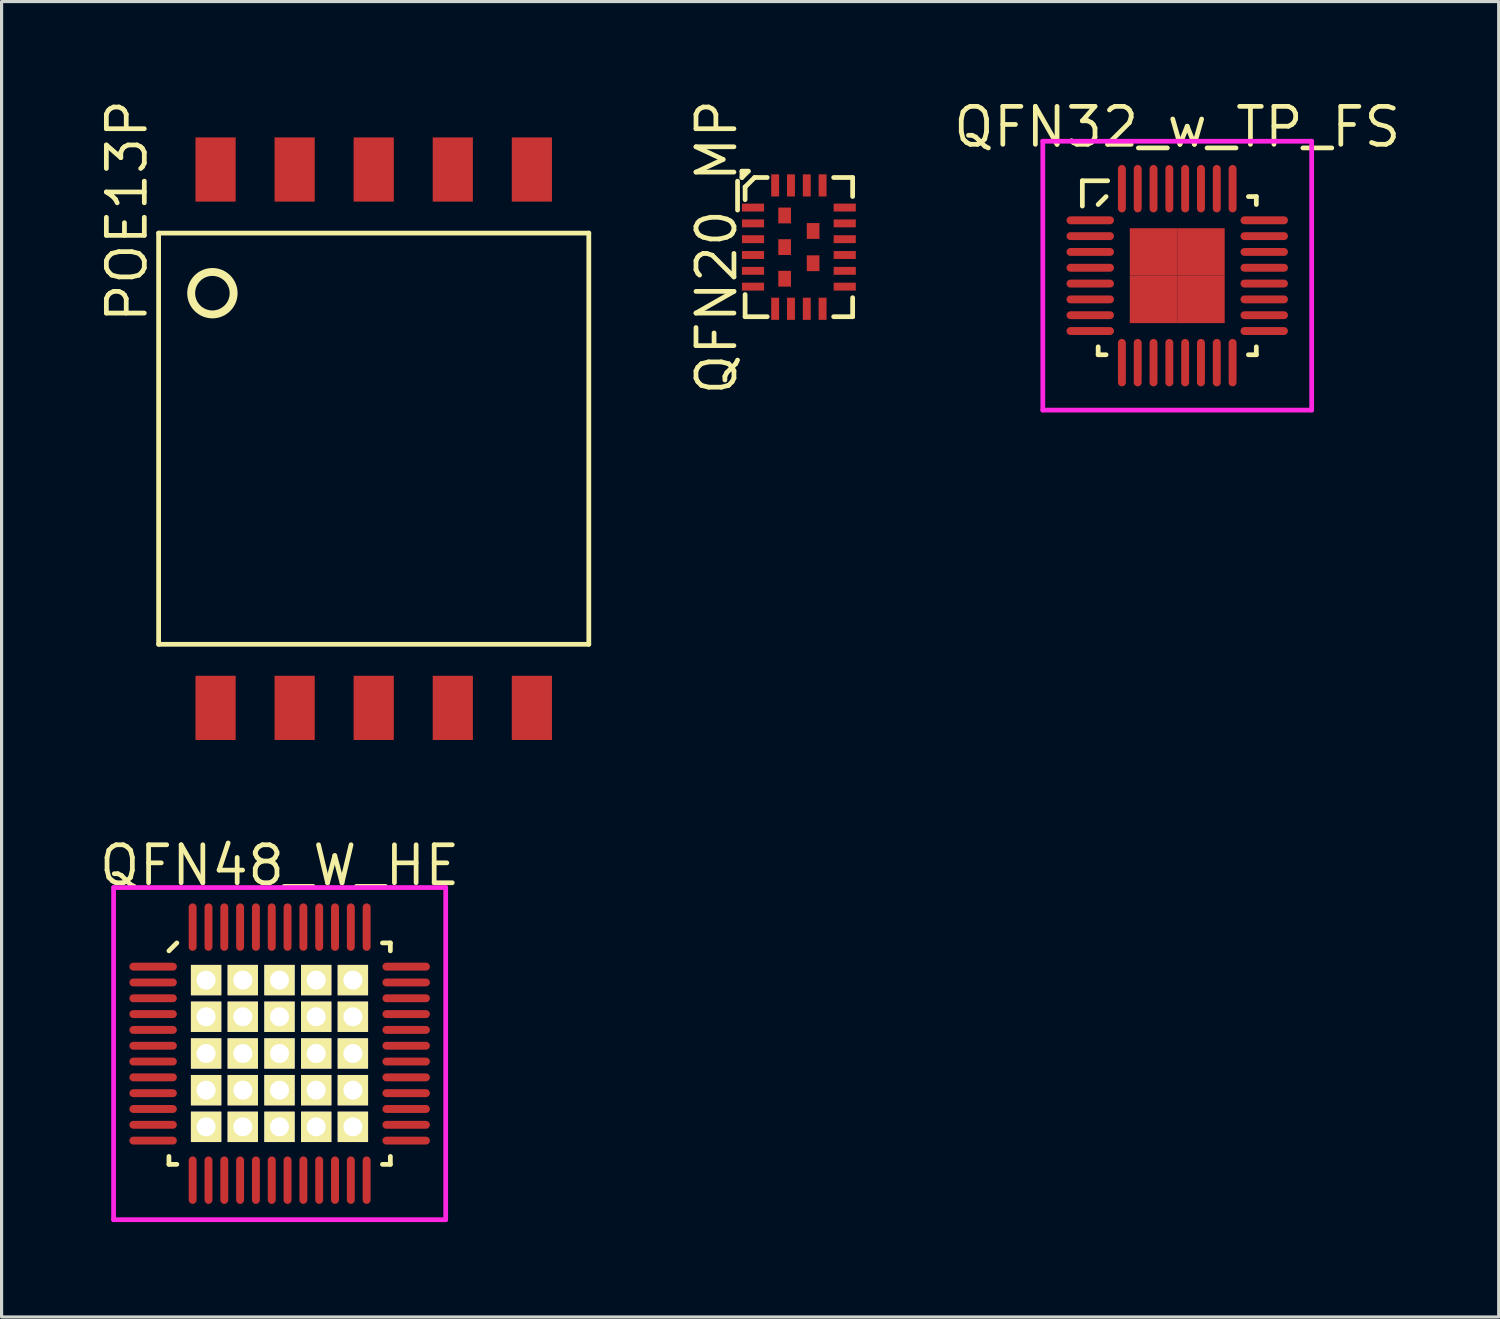
<source format=kicad_pcb>
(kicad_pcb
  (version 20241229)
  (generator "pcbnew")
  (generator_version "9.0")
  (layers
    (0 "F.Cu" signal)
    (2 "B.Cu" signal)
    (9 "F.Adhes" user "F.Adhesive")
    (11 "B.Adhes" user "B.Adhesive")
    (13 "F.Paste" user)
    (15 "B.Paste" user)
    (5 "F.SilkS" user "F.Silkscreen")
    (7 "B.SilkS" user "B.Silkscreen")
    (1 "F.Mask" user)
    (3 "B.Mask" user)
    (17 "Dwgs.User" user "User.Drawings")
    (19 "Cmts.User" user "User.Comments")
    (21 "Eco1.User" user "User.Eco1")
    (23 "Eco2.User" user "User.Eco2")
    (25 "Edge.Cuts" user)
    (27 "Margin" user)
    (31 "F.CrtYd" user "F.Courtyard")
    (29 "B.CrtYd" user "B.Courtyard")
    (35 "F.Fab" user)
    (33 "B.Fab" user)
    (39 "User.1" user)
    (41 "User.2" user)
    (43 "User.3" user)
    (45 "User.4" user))
  (footprint "QFN20_MP"
    (layer "F.Cu")
    (at 22.206 4.762)
    (property "Reference" "QFN20_MP" (at -2.6 0 90) (layer "F.SilkS") (effects (font (size 1.2 1.2) (thickness 0.15))))
    (attr through_hole)
    (fp_line (start -1.8 -2.4) (end -1.6 -2.4) (stroke (width 0.15) (type solid)) (layer "F.SilkS"))
    (fp_line (start -1.8 -2.2) (end -1.8 -2.4) (stroke (width 0.15) (type solid)) (layer "F.SilkS"))
    (fp_line (start -1.7 -1.9) (end -1.7 -1.5) (stroke (width 0.15) (type solid)) (layer "F.SilkS"))
    (fp_line (start -1.7 1.5) (end -1.7 2.2) (stroke (width 0.15) (type solid)) (layer "F.SilkS"))
    (fp_line (start -1.7 2.2) (end -1 2.2) (stroke (width 0.15) (type solid)) (layer "F.SilkS"))
    (fp_line (start -1.6 -2.4) (end -1.8 -2.2) (stroke (width 0.15) (type solid)) (layer "F.SilkS"))
    (fp_line (start -1.4 -2.2) (end -1.7 -1.9) (stroke (width 0.15) (type solid)) (layer "F.SilkS"))
    (fp_line (start -1 -2.2) (end -1.4 -2.2) (stroke (width 0.15) (type solid)) (layer "F.SilkS"))
    (fp_line (start 1.7 -2.2) (end 1.1 -2.2) (stroke (width 0.15) (type solid)) (layer "F.SilkS"))
    (fp_line (start 1.7 -1.6) (end 1.7 -2.2) (stroke (width 0.15) (type solid)) (layer "F.SilkS"))
    (fp_line (start 1.7 2.2) (end 1.1 2.2) (stroke (width 0.15) (type solid)) (layer "F.SilkS"))
    (fp_line (start 1.7 2.2) (end 1.7 1.6) (stroke (width 0.15) (type solid)) (layer "F.SilkS"))
    (pad "1" smd rect (at -1.45 -1.25 270) (size 0.25 0.7) (layers "F.Cu" "F.Mask" "F.Paste"))
    (pad "2" smd rect (at -1.45 -0.75 270) (size 0.25 0.7) (layers "F.Cu" "F.Mask" "F.Paste"))
    (pad "3" smd rect (at -1.45 -0.25 270) (size 0.25 0.7) (layers "F.Cu" "F.Mask" "F.Paste"))
    (pad "4" smd rect (at -1.45 0.25 270) (size 0.25 0.7) (layers "F.Cu" "F.Mask" "F.Paste"))
    (pad "5" smd rect (at -1.45 0.75 270) (size 0.25 0.7) (layers "F.Cu" "F.Mask" "F.Paste"))
    (pad "6" smd rect (at -1.45 1.25 270) (size 0.25 0.7) (layers "F.Cu" "F.Mask" "F.Paste"))
    (pad "7" smd rect (at -0.75 1.95 270) (size 0.7 0.25) (layers "F.Cu" "F.Mask" "F.Paste"))
    (pad "8" smd rect (at -0.25 1.95 270) (size 0.7 0.25) (layers "F.Cu" "F.Mask" "F.Paste"))
    (pad "9" smd rect (at 0.25 1.95 270) (size 0.7 0.25) (layers "F.Cu" "F.Mask" "F.Paste"))
    (pad "10" smd rect (at 0.75 1.95 270) (size 0.7 0.25) (layers "F.Cu" "F.Mask" "F.Paste"))
    (pad "11" smd rect (at 1.45 1.25 270) (size 0.25 0.7) (layers "F.Cu" "F.Mask" "F.Paste"))
    (pad "12" smd rect (at 1.45 0.75 270) (size 0.25 0.7) (layers "F.Cu" "F.Mask" "F.Paste"))
    (pad "13" smd rect (at 1.45 0.25 270) (size 0.25 0.7) (layers "F.Cu" "F.Mask" "F.Paste"))
    (pad "14" smd rect (at 1.45 -0.25 270) (size 0.25 0.7) (layers "F.Cu" "F.Mask" "F.Paste"))
    (pad "15" smd rect (at 1.45 -0.75 270) (size 0.25 0.7) (layers "F.Cu" "F.Mask" "F.Paste"))
    (pad "16" smd rect (at 1.45 -1.25 270) (size 0.25 0.7) (layers "F.Cu" "F.Mask" "F.Paste"))
    (pad "17" smd rect (at 0.75 -1.95 270) (size 0.7 0.25) (layers "F.Cu" "F.Mask" "F.Paste"))
    (pad "18" smd rect (at 0.25 -1.95 270) (size 0.7 0.25) (layers "F.Cu" "F.Mask" "F.Paste"))
    (pad "19" smd rect (at -0.25 -1.95 270) (size 0.7 0.25) (layers "F.Cu" "F.Mask" "F.Paste"))
    (pad "20" smd rect (at -0.75 -1.95 270) (size 0.7 0.25) (layers "F.Cu" "F.Mask" "F.Paste"))
    (pad "21" smd rect (at -0.45 -1 270) (size 0.5 0.4) (layers "F.Cu" "F.Mask" "F.Paste"))
    (pad "22" smd rect (at -0.45 0 270) (size 0.5 0.4) (layers "F.Cu" "F.Mask" "F.Paste"))
    (pad "23" smd rect (at -0.45 1 270) (size 0.5 0.4) (layers "F.Cu" "F.Mask" "F.Paste"))
    (pad "24" smd rect (at 0.45 -0.51 270) (size 0.5 0.4) (layers "F.Cu" "F.Mask" "F.Paste"))
    (pad "25" smd rect (at 0.45 0.51 270) (size 0.5 0.4) (layers "F.Cu" "F.Mask" "F.Paste")))
  (footprint "QFN48_W_HE"
    (layer "F.Cu")
    (at 5.791 30.26)
    (property "Reference" "QFN48_W_HE" (at 0 -5.95 0) (layer "F.SilkS") (effects (font (size 1.2 1.2) (thickness 0.15))))
    (attr through_hole)
    (fp_line (start -3.5 -3.25) (end -3.25 -3.5) (stroke (width 0.15) (type solid)) (layer "F.SilkS"))
    (fp_line (start -3.5 3.5) (end -3.5 3.25) (stroke (width 0.15) (type solid)) (layer "F.SilkS"))
    (fp_line (start -3.25 3.5) (end -3.5 3.5) (stroke (width 0.15) (type solid)) (layer "F.SilkS"))
    (fp_line (start 3.25 -3.5) (end 3.5 -3.5) (stroke (width 0.15) (type solid)) (layer "F.SilkS"))
    (fp_line (start 3.25 3.5) (end 3.5 3.5) (stroke (width 0.15) (type solid)) (layer "F.SilkS"))
    (fp_line (start 3.5 -3.5) (end 3.5 -3.25) (stroke (width 0.15) (type solid)) (layer "F.SilkS"))
    (fp_line (start 3.5 3.5) (end 3.5 3.25) (stroke (width 0.15) (type solid)) (layer "F.SilkS"))
    (fp_line (start -5.25 -5.25) (end 5.25 -5.25) (stroke (width 0.15) (type solid)) (layer "F.CrtYd"))
    (fp_line (start -5.25 5.25) (end -5.25 -5.25) (stroke (width 0.15) (type solid)) (layer "F.CrtYd"))
    (fp_line (start 5.25 -5.25) (end 5.25 5.25) (stroke (width 0.15) (type solid)) (layer "F.CrtYd"))
    (fp_line (start 5.25 5.25) (end -5.25 5.25) (stroke (width 0.15) (type solid)) (layer "F.CrtYd"))
    (pad "1" smd oval (at -4 -2.75 90) (size 0.25 1.5) (layers "F.Cu" "F.Mask" "F.Paste"))
    (pad "2" smd oval (at -4 -2.25 90) (size 0.25 1.5) (layers "F.Cu" "F.Mask" "F.Paste"))
    (pad "3" smd oval (at -4 -1.75 90) (size 0.25 1.5) (layers "F.Cu" "F.Mask" "F.Paste"))
    (pad "4" smd oval (at -4 -1.25 90) (size 0.25 1.5) (layers "F.Cu" "F.Mask" "F.Paste"))
    (pad "5" smd oval (at -4 -0.75 90) (size 0.25 1.5) (layers "F.Cu" "F.Mask" "F.Paste"))
    (pad "6" smd oval (at -4 -0.25 90) (size 0.25 1.5) (layers "F.Cu" "F.Mask" "F.Paste"))
    (pad "7" smd oval (at -4 0.25 90) (size 0.25 1.5) (layers "F.Cu" "F.Mask" "F.Paste"))
    (pad "8" smd oval (at -4 0.75 90) (size 0.25 1.5) (layers "F.Cu" "F.Mask" "F.Paste"))
    (pad "9" smd oval (at -4 1.25 90) (size 0.25 1.5) (layers "F.Cu" "F.Mask" "F.Paste"))
    (pad "10" smd oval (at -4 1.75 90) (size 0.25 1.5) (layers "F.Cu" "F.Mask" "F.Paste"))
    (pad "11" smd oval (at -4 2.25 90) (size 0.25 1.5) (layers "F.Cu" "F.Mask" "F.Paste"))
    (pad "12" smd oval (at -4 2.75 90) (size 0.25 1.5) (layers "F.Cu" "F.Mask" "F.Paste"))
    (pad "13" smd oval (at -2.75 4) (size 0.25 1.5) (layers "F.Cu" "F.Mask" "F.Paste"))
    (pad "14" smd oval (at -2.25 4) (size 0.25 1.5) (layers "F.Cu" "F.Mask" "F.Paste"))
    (pad "15" smd oval (at -1.75 4) (size 0.25 1.5) (layers "F.Cu" "F.Mask" "F.Paste"))
    (pad "16" smd oval (at -1.25 4) (size 0.25 1.5) (layers "F.Cu" "F.Mask" "F.Paste"))
    (pad "17" smd oval (at -0.75 4) (size 0.25 1.5) (layers "F.Cu" "F.Mask" "F.Paste"))
    (pad "18" smd oval (at -0.25 4) (size 0.25 1.5) (layers "F.Cu" "F.Mask" "F.Paste"))
    (pad "19" smd oval (at 0.25 4) (size 0.25 1.5) (layers "F.Cu" "F.Mask" "F.Paste"))
    (pad "20" smd oval (at 0.75 4) (size 0.25 1.5) (layers "F.Cu" "F.Mask" "F.Paste"))
    (pad "21" smd oval (at 1.25 4) (size 0.25 1.5) (layers "F.Cu" "F.Mask" "F.Paste"))
    (pad "22" smd oval (at 1.75 4) (size 0.25 1.5) (layers "F.Cu" "F.Mask" "F.Paste"))
    (pad "23" smd oval (at 2.25 4) (size 0.25 1.5) (layers "F.Cu" "F.Mask" "F.Paste"))
    (pad "24" smd oval (at 2.75 4) (size 0.25 1.5) (layers "F.Cu" "F.Mask" "F.Paste"))
    (pad "25" smd oval (at 4 2.75 90) (size 0.25 1.5) (layers "F.Cu" "F.Mask" "F.Paste"))
    (pad "26" smd oval (at 4 2.25 90) (size 0.25 1.5) (layers "F.Cu" "F.Mask" "F.Paste"))
    (pad "27" smd oval (at 4 1.75 90) (size 0.25 1.5) (layers "F.Cu" "F.Mask" "F.Paste"))
    (pad "28" smd oval (at 4 1.25 90) (size 0.25 1.5) (layers "F.Cu" "F.Mask" "F.Paste"))
    (pad "29" smd oval (at 4 0.75 90) (size 0.25 1.5) (layers "F.Cu" "F.Mask" "F.Paste"))
    (pad "30" smd oval (at 4 0.25 90) (size 0.25 1.5) (layers "F.Cu" "F.Mask" "F.Paste"))
    (pad "31" smd oval (at 4 -0.25 90) (size 0.25 1.5) (layers "F.Cu" "F.Mask" "F.Paste"))
    (pad "32" smd oval (at 4 -0.75 90) (size 0.25 1.5) (layers "F.Cu" "F.Mask" "F.Paste"))
    (pad "33" smd oval (at 4 -1.25 90) (size 0.25 1.5) (layers "F.Cu" "F.Mask" "F.Paste"))
    (pad "34" smd oval (at 4 -1.75 90) (size 0.25 1.5) (layers "F.Cu" "F.Mask" "F.Paste"))
    (pad "35" smd oval (at 4 -2.25 90) (size 0.25 1.5) (layers "F.Cu" "F.Mask" "F.Paste"))
    (pad "36" smd oval (at 4 -2.75 90) (size 0.25 1.5) (layers "F.Cu" "F.Mask" "F.Paste"))
    (pad "37" smd oval (at 2.75 -4) (size 0.25 1.5) (layers "F.Cu" "F.Mask" "F.Paste"))
    (pad "38" smd oval (at 2.25 -4) (size 0.25 1.5) (layers "F.Cu" "F.Mask" "F.Paste"))
    (pad "39" smd oval (at 1.75 -4) (size 0.25 1.5) (layers "F.Cu" "F.Mask" "F.Paste"))
    (pad "40" smd oval (at 1.25 -4) (size 0.25 1.5) (layers "F.Cu" "F.Mask" "F.Paste"))
    (pad "41" smd oval (at 0.75 -4) (size 0.25 1.5) (layers "F.Cu" "F.Mask" "F.Paste"))
    (pad "42" smd oval (at 0.25 -4) (size 0.25 1.5) (layers "F.Cu" "F.Mask" "F.Paste"))
    (pad "43" smd oval (at -0.25 -4) (size 0.25 1.5) (layers "F.Cu" "F.Mask" "F.Paste"))
    (pad "44" smd oval (at -0.75 -4) (size 0.25 1.5) (layers "F.Cu" "F.Mask" "F.Paste"))
    (pad "45" smd oval (at -1.25 -4) (size 0.25 1.5) (layers "F.Cu" "F.Mask" "F.Paste"))
    (pad "46" smd oval (at -1.75 -4) (size 0.25 1.5) (layers "F.Cu" "F.Mask" "F.Paste"))
    (pad "47" smd oval (at -2.25 -4) (size 0.25 1.5) (layers "F.Cu" "F.Mask" "F.Paste"))
    (pad "48" smd oval (at -2.75 -4) (size 0.25 1.5) (layers "F.Cu" "F.Mask" "F.Paste"))
    (pad "HE" thru_hole rect (at -2.325 -2.325) (size 0.96 0.96) (drill 0.6) (layers "*.Cu" "*.Mask" "F.SilkS"))
    (pad "HE" thru_hole rect (at -2.325 -1.165) (size 0.96 0.96) (drill 0.6) (layers "*.Cu" "*.Mask" "F.SilkS"))
    (pad "HE" thru_hole rect (at -2.325 -0.005) (size 0.96 0.96) (drill 0.6) (layers "*.Cu" "*.Mask" "F.SilkS"))
    (pad "HE" thru_hole rect (at -2.325 1.155) (size 0.96 0.96) (drill 0.6) (layers "*.Cu" "*.Mask" "F.SilkS"))
    (pad "HE" thru_hole rect (at -2.325 2.315) (size 0.96 0.96) (drill 0.6) (layers "*.Cu" "*.Mask" "F.SilkS"))
    (pad "HE" thru_hole rect (at -1.165 -2.325) (size 0.96 0.96) (drill 0.6) (layers "*.Cu" "*.Mask" "F.SilkS"))
    (pad "HE" thru_hole rect (at -1.165 -1.165) (size 0.96 0.96) (drill 0.6) (layers "*.Cu" "*.Mask" "F.SilkS"))
    (pad "HE" thru_hole rect (at -1.165 -0.005) (size 0.96 0.96) (drill 0.6) (layers "*.Cu" "*.Mask" "F.SilkS"))
    (pad "HE" thru_hole rect (at -1.165 1.155) (size 0.96 0.96) (drill 0.6) (layers "*.Cu" "*.Mask" "F.SilkS"))
    (pad "HE" thru_hole rect (at -1.165 2.315) (size 0.96 0.96) (drill 0.6) (layers "*.Cu" "*.Mask" "F.SilkS"))
    (pad "HE" thru_hole rect (at -0.005 -2.325) (size 0.96 0.96) (drill 0.6) (layers "*.Cu" "*.Mask" "F.SilkS"))
    (pad "HE" thru_hole rect (at -0.005 -1.165) (size 0.96 0.96) (drill 0.6) (layers "*.Cu" "*.Mask" "F.SilkS"))
    (pad "HE" thru_hole rect (at -0.005 -0.005) (size 0.96 0.96) (drill 0.6) (layers "*.Cu" "*.Mask" "F.SilkS"))
    (pad "HE" thru_hole rect (at -0.005 1.155) (size 0.96 0.96) (drill 0.6) (layers "*.Cu" "*.Mask" "F.SilkS"))
    (pad "HE" thru_hole rect (at -0.005 2.315) (size 0.96 0.96) (drill 0.6) (layers "*.Cu" "*.Mask" "F.SilkS"))
    (pad "HE" thru_hole rect (at 1.155 -2.325) (size 0.96 0.96) (drill 0.6) (layers "*.Cu" "*.Mask" "F.SilkS"))
    (pad "HE" thru_hole rect (at 1.155 -1.165) (size 0.96 0.96) (drill 0.6) (layers "*.Cu" "*.Mask" "F.SilkS"))
    (pad "HE" thru_hole rect (at 1.155 -0.005) (size 0.96 0.96) (drill 0.6) (layers "*.Cu" "*.Mask" "F.SilkS"))
    (pad "HE" thru_hole rect (at 1.155 1.155) (size 0.96 0.96) (drill 0.6) (layers "*.Cu" "*.Mask" "F.SilkS"))
    (pad "HE" thru_hole rect (at 1.155 2.315) (size 0.96 0.96) (drill 0.6) (layers "*.Cu" "*.Mask" "F.SilkS"))
    (pad "HE" thru_hole rect (at 2.315 -2.325) (size 0.96 0.96) (drill 0.6) (layers "*.Cu" "*.Mask" "F.SilkS"))
    (pad "HE" thru_hole rect (at 2.315 -1.165) (size 0.96 0.96) (drill 0.6) (layers "*.Cu" "*.Mask" "F.SilkS"))
    (pad "HE" thru_hole rect (at 2.315 -0.005) (size 0.96 0.96) (drill 0.6) (layers "*.Cu" "*.Mask" "F.SilkS"))
    (pad "HE" thru_hole rect (at 2.315 1.155) (size 0.96 0.96) (drill 0.6) (layers "*.Cu" "*.Mask" "F.SilkS"))
    (pad "HE" thru_hole rect (at 2.315 2.315) (size 0.96 0.96) (drill 0.6) (layers "*.Cu" "*.Mask" "F.SilkS")))
  (footprint "QFN32_w_TP_FS"
    (layer "F.Cu")
    (at 34.168 5.665)
    (property "Reference" "QFN32_w_TP_FS" (at 0 -4.7 0) (layer "F.SilkS") (effects (font (size 1.2 1.2) (thickness 0.15))))
    (attr through_hole)
    (fp_line (start -3 -3) (end -2.2 -3) (stroke (width 0.15) (type solid)) (layer "F.SilkS"))
    (fp_line (start -3 -2.2) (end -3 -3) (stroke (width 0.15) (type solid)) (layer "F.SilkS"))
    (fp_line (start -2.5 -2.25) (end -2.25 -2.5) (stroke (width 0.15) (type solid)) (layer "F.SilkS"))
    (fp_line (start -2.5 2.5) (end -2.5 2.25) (stroke (width 0.15) (type solid)) (layer "F.SilkS"))
    (fp_line (start -2.25 2.5) (end -2.5 2.5) (stroke (width 0.15) (type solid)) (layer "F.SilkS"))
    (fp_line (start 2.25 -2.5) (end 2.5 -2.5) (stroke (width 0.15) (type solid)) (layer "F.SilkS"))
    (fp_line (start 2.25 2.5) (end 2.5 2.5) (stroke (width 0.15) (type solid)) (layer "F.SilkS"))
    (fp_line (start 2.5 -2.5) (end 2.5 -2.25) (stroke (width 0.15) (type solid)) (layer "F.SilkS"))
    (fp_line (start 2.5 2.5) (end 2.5 2.25) (stroke (width 0.15) (type solid)) (layer "F.SilkS"))
    (fp_line (start -4.25 -4.25) (end 4.25 -4.25) (stroke (width 0.15) (type solid)) (layer "F.CrtYd"))
    (fp_line (start -4.25 4.25) (end -4.25 -4.25) (stroke (width 0.15) (type solid)) (layer "F.CrtYd"))
    (fp_line (start 4.25 -4.25) (end 4.25 4.25) (stroke (width 0.15) (type solid)) (layer "F.CrtYd"))
    (fp_line (start 4.25 4.25) (end -4.25 4.25) (stroke (width 0.15) (type solid)) (layer "F.CrtYd"))
    (pad "1" smd oval (at -2.75 -1.75 90) (size 0.25 1.5) (layers "F.Cu" "F.Mask" "F.Paste"))
    (pad "2" smd oval (at -2.75 -1.25 90) (size 0.25 1.5) (layers "F.Cu" "F.Mask" "F.Paste"))
    (pad "3" smd oval (at -2.75 -0.75 90) (size 0.25 1.5) (layers "F.Cu" "F.Mask" "F.Paste"))
    (pad "4" smd oval (at -2.75 -0.25 90) (size 0.25 1.5) (layers "F.Cu" "F.Mask" "F.Paste"))
    (pad "5" smd oval (at -2.75 0.25 90) (size 0.25 1.5) (layers "F.Cu" "F.Mask" "F.Paste"))
    (pad "6" smd oval (at -2.75 0.75 90) (size 0.25 1.5) (layers "F.Cu" "F.Mask" "F.Paste"))
    (pad "7" smd oval (at -2.75 1.25 90) (size 0.25 1.5) (layers "F.Cu" "F.Mask" "F.Paste"))
    (pad "8" smd oval (at -2.75 1.75 90) (size 0.25 1.5) (layers "F.Cu" "F.Mask" "F.Paste"))
    (pad "9" smd oval (at -1.75 2.75) (size 0.25 1.5) (layers "F.Cu" "F.Mask" "F.Paste"))
    (pad "10" smd oval (at -1.25 2.75) (size 0.25 1.5) (layers "F.Cu" "F.Mask" "F.Paste"))
    (pad "11" smd oval (at -0.75 2.75) (size 0.25 1.5) (layers "F.Cu" "F.Mask" "F.Paste"))
    (pad "12" smd oval (at -0.25 2.75) (size 0.25 1.5) (layers "F.Cu" "F.Mask" "F.Paste"))
    (pad "13" smd oval (at 0.25 2.75) (size 0.25 1.5) (layers "F.Cu" "F.Mask" "F.Paste"))
    (pad "14" smd oval (at 0.75 2.75) (size 0.25 1.5) (layers "F.Cu" "F.Mask" "F.Paste"))
    (pad "15" smd oval (at 1.25 2.75) (size 0.25 1.5) (layers "F.Cu" "F.Mask" "F.Paste"))
    (pad "16" smd oval (at 1.75 2.75) (size 0.25 1.5) (layers "F.Cu" "F.Mask" "F.Paste"))
    (pad "17" smd oval (at 2.75 1.75 90) (size 0.25 1.5) (layers "F.Cu" "F.Mask" "F.Paste"))
    (pad "18" smd oval (at 2.75 1.25 90) (size 0.25 1.5) (layers "F.Cu" "F.Mask" "F.Paste"))
    (pad "19" smd oval (at 2.75 0.75 90) (size 0.25 1.5) (layers "F.Cu" "F.Mask" "F.Paste"))
    (pad "20" smd oval (at 2.75 0.25 90) (size 0.25 1.5) (layers "F.Cu" "F.Mask" "F.Paste"))
    (pad "21" smd oval (at 2.75 -0.25 90) (size 0.25 1.5) (layers "F.Cu" "F.Mask" "F.Paste"))
    (pad "22" smd oval (at 2.75 -0.75 90) (size 0.25 1.5) (layers "F.Cu" "F.Mask" "F.Paste"))
    (pad "23" smd oval (at 2.75 -1.25 90) (size 0.25 1.5) (layers "F.Cu" "F.Mask" "F.Paste"))
    (pad "24" smd oval (at 2.75 -1.75 90) (size 0.25 1.5) (layers "F.Cu" "F.Mask" "F.Paste"))
    (pad "25" smd oval (at 1.75 -2.75) (size 0.25 1.5) (layers "F.Cu" "F.Mask" "F.Paste"))
    (pad "26" smd oval (at 1.25 -2.75) (size 0.25 1.5) (layers "F.Cu" "F.Mask" "F.Paste"))
    (pad "27" smd oval (at 0.75 -2.75) (size 0.25 1.5) (layers "F.Cu" "F.Mask" "F.Paste"))
    (pad "28" smd oval (at 0.25 -2.75) (size 0.25 1.5) (layers "F.Cu" "F.Mask" "F.Paste"))
    (pad "29" smd oval (at -0.25 -2.75) (size 0.25 1.5) (layers "F.Cu" "F.Mask" "F.Paste"))
    (pad "30" smd oval (at -0.75 -2.75) (size 0.25 1.5) (layers "F.Cu" "F.Mask" "F.Paste"))
    (pad "31" smd oval (at -1.25 -2.75) (size 0.25 1.5) (layers "F.Cu" "F.Mask" "F.Paste"))
    (pad "32" smd oval (at -1.75 -2.75) (size 0.25 1.5) (layers "F.Cu" "F.Mask" "F.Paste"))
    (pad "33" smd rect (at -0.75 -0.75) (size 1.5 1.5) (layers "F.Cu" "F.Mask" "F.Paste"))
    (pad "33" smd rect (at -0.75 0.75) (size 1.5 1.5) (layers "F.Cu" "F.Mask" "F.Paste"))
    (pad "33" smd rect (at 0.75 -0.75) (size 1.5 1.5) (layers "F.Cu" "F.Mask" "F.Paste"))
    (pad "33" smd rect (at 0.75 0.75) (size 1.5 1.5) (layers "F.Cu" "F.Mask" "F.Paste")))
  (footprint "POE13P"
    (layer "F.Cu")
    (at 8.765 10.819)
    (property "Reference" "POE13P" (at -7.8 -7.2 90) (layer "F.SilkS") (effects (font (size 1.2 1.2) (thickness 0.15))))
    (attr through_hole)
    (fp_line (start -6.8 -6.5) (end 6.8 -6.5) (stroke (width 0.15) (type solid)) (layer "F.SilkS"))
    (fp_line (start -6.8 6.5) (end -6.8 -6.5) (stroke (width 0.15) (type solid)) (layer "F.SilkS"))
    (fp_line (start 6.8 -6.5) (end 6.8 6.5) (stroke (width 0.15) (type solid)) (layer "F.SilkS"))
    (fp_line (start 6.8 6.5) (end -6.8 6.5) (stroke (width 0.15) (type solid)) (layer "F.SilkS"))
    (fp_circle (center -5.1 -4.6) (end -4.5 -4.3) (stroke (width 0.25) (type solid)) (fill no) (layer "F.SilkS"))
    (pad "1" smd rect (at -5 -8.51) (size 1.27 2.03) (layers "F.Cu" "F.Mask" "F.Paste"))
    (pad "2" smd rect (at -2.5 -8.51) (size 1.27 2.03) (layers "F.Cu" "F.Mask" "F.Paste"))
    (pad "3" smd rect (at 0 -8.51) (size 1.27 2.03) (layers "F.Cu" "F.Mask" "F.Paste"))
    (pad "4" smd rect (at 2.5 -8.51) (size 1.27 2.03) (layers "F.Cu" "F.Mask" "F.Paste"))
    (pad "5" smd rect (at 5 -8.51) (size 1.27 2.03) (layers "F.Cu" "F.Mask" "F.Paste"))
    (pad "6" smd rect (at 5 8.51) (size 1.27 2.03) (layers "F.Cu" "F.Mask" "F.Paste"))
    (pad "7" smd rect (at 2.5 8.51) (size 1.27 2.03) (layers "F.Cu" "F.Mask" "F.Paste"))
    (pad "8" smd rect (at 0 8.51) (size 1.27 2.03) (layers "F.Cu" "F.Mask" "F.Paste"))
    (pad "9" smd rect (at -2.5 8.51) (size 1.27 2.03) (layers "F.Cu" "F.Mask" "F.Paste"))
    (pad "10" smd rect (at -5 8.51) (size 1.27 2.03) (layers "F.Cu" "F.Mask" "F.Paste")))
  (gr_rect
    (start -3 -3)
    (end 44.33 38.585)
    (stroke (width 0.1) (type default))
    (fill no)
    (layer "Edge.Cuts")))
</source>
